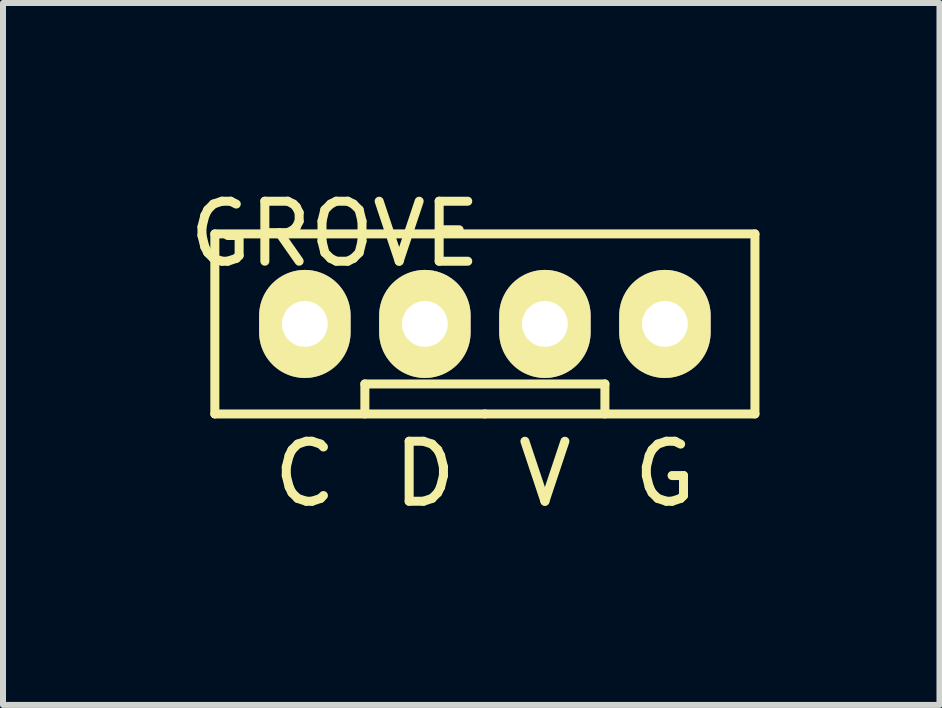
<source format=kicad_pcb>
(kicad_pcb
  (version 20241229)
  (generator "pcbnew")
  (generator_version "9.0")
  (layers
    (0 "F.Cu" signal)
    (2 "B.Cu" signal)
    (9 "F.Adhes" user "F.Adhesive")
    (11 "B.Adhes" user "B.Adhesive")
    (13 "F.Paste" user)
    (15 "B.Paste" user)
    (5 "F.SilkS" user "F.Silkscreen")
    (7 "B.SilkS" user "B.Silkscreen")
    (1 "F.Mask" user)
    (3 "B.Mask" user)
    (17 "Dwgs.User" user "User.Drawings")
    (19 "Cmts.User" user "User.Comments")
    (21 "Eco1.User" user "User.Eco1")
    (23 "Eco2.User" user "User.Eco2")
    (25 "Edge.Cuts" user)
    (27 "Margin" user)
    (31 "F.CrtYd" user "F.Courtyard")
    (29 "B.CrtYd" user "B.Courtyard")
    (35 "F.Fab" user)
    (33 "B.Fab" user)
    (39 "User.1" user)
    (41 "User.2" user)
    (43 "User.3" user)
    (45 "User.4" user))
  (footprint "GROVE"
    (layer "F.Cu")
    (at 2.03 2.348)
    (property "Reference" "GROVE" (at 0.5 -1.5 0) (layer "F.SilkS") (effects (font (size 1 1) (thickness 0.15))))
    (attr through_hole)
    (fp_line (start -1.5 -1.5) (end 7.5 -1.5) (stroke (width 0.15) (type solid)) (layer "F.SilkS"))
    (fp_line (start -1.5 1.5) (end -1.5 -1.5) (stroke (width 0.15) (type solid)) (layer "F.SilkS"))
    (fp_line (start 1 1) (end 1 1.5) (stroke (width 0.15) (type solid)) (layer "F.SilkS"))
    (fp_line (start 3 1.5) (end -1.5 1.5) (stroke (width 0.15) (type solid)) (layer "F.SilkS"))
    (fp_line (start 5 1) (end 1 1) (stroke (width 0.15) (type solid)) (layer "F.SilkS"))
    (fp_line (start 5 1.5) (end 5 1) (stroke (width 0.15) (type solid)) (layer "F.SilkS"))
    (fp_line (start 7.5 -1.5) (end 7.5 1.5) (stroke (width 0.15) (type solid)) (layer "F.SilkS"))
    (fp_line (start 7.5 1.5) (end 3 1.5) (stroke (width 0.15) (type solid)) (layer "F.SilkS"))
    (fp_text user "V" (at 4 2.5 0) (layer "F.SilkS") (effects (font (size 1 1) (thickness 0.15))))
    (fp_text user "C" (at 0 2.5 0) (layer "F.SilkS") (effects (font (size 1 1) (thickness 0.15))))
    (fp_text user "G" (at 6 2.5 0) (layer "F.SilkS") (effects (font (size 1 1) (thickness 0.15))))
    (fp_text user "D" (at 2 2.5 0) (layer "F.SilkS") (effects (font (size 1 1) (thickness 0.15))))
    (pad "1" thru_hole oval (at 0 0) (size 1.524 1.8) (drill 0.762) (layers "*.Cu" "*.Paste" "*.Mask" "F.SilkS"))
    (pad "2" thru_hole oval (at 2 0) (size 1.524 1.8) (drill 0.762) (layers "*.Cu" "*.Paste" "*.Mask" "F.SilkS"))
    (pad "3" thru_hole oval (at 4 0) (size 1.524 1.8) (drill 0.762) (layers "*.Cu" "*.Paste" "*.Mask" "F.SilkS"))
    (pad "4" thru_hole oval (at 6 0) (size 1.524 1.8) (drill 0.762) (layers "*.Cu" "*.Paste" "*.Mask" "F.SilkS")))
  (gr_rect
    (start -3 -3)
    (end 12.605 8.697)
    (stroke (width 0.1) (type default))
    (fill no)
    (layer "Edge.Cuts")))
</source>
